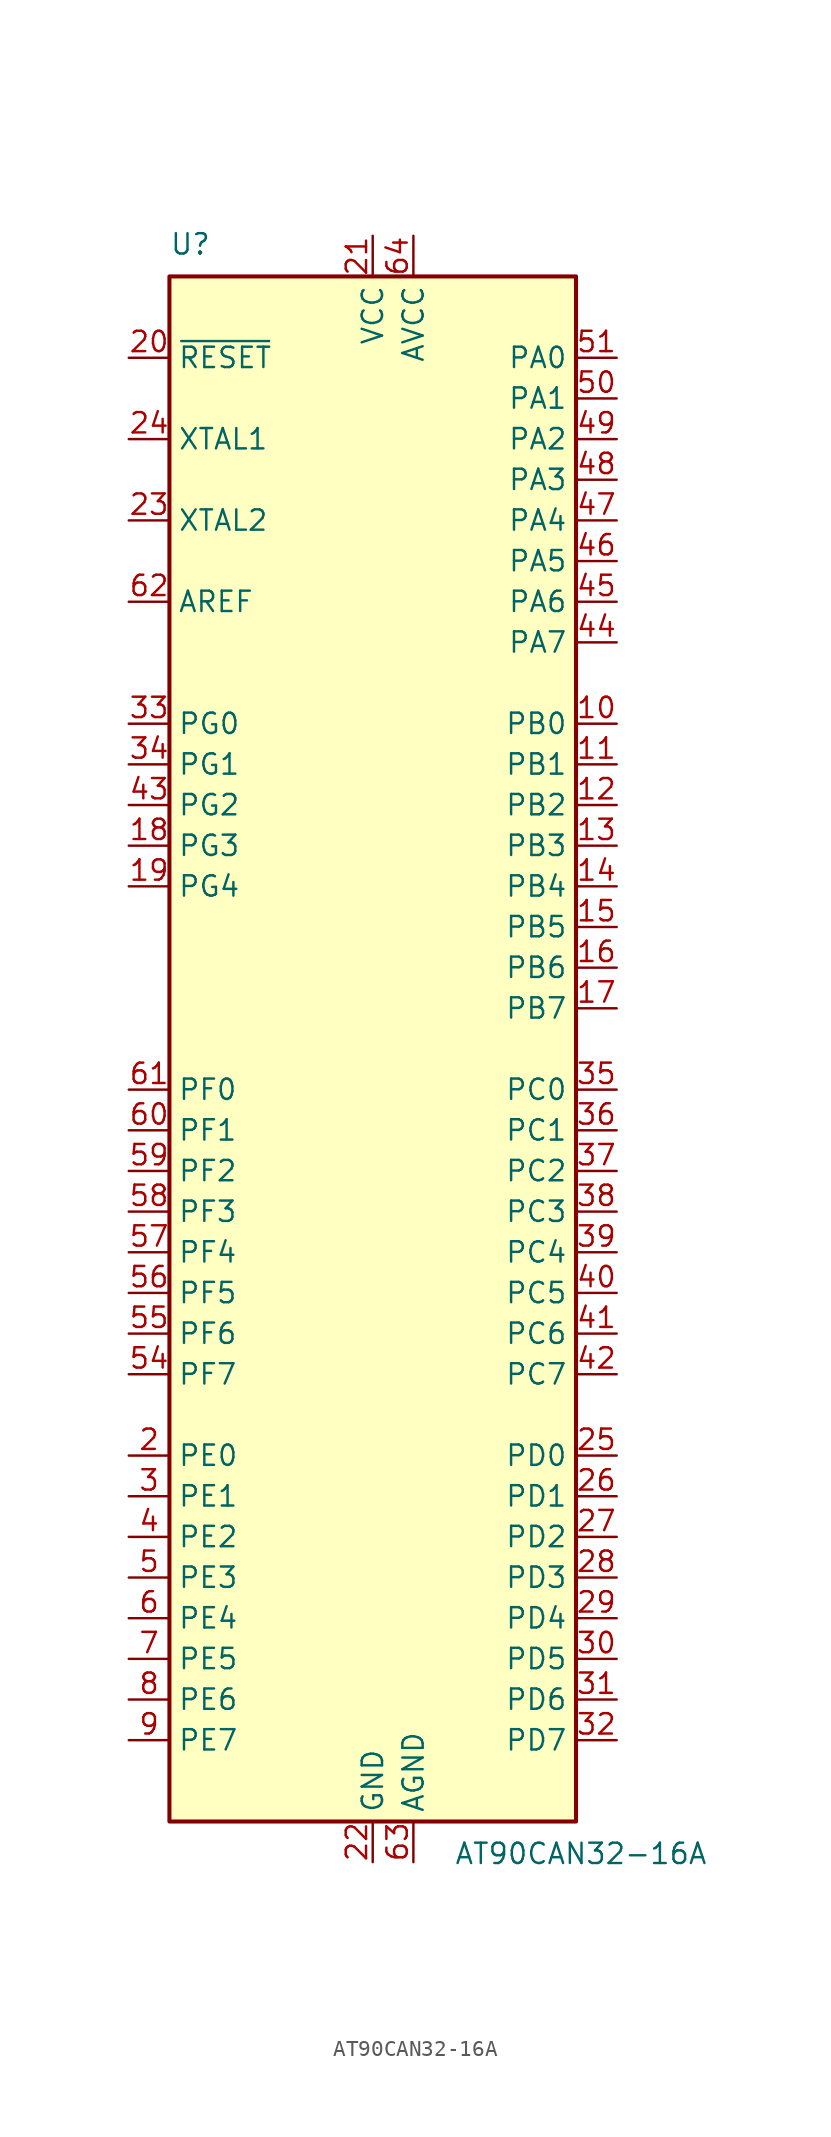
<source format=kicad_sym>
(kicad_symbol_lib
  (version 20241209)
  (generator "kicad_symbol_editor")
  (generator_version "9.0")
  (symbol "AT90CAN32-16A"
    (property "Reference" "U"
      (at -12.7 49.53 0)
      (effects (font (size 1.27 1.27)) (justify left bottom)))
    (property "Value" "AT90CAN32-16A"
      (at 5.08 -49.53 0)
      (effects (font (size 1.27 1.27)) (justify left top)))
    (symbol "AT90CAN32-16A_0_1"
      (rectangle (start -12.7 -48.26) (end 12.7 48.26) (stroke (width 0.254) (type default)) (fill (type background))))
    (symbol "AT90CAN32-16A_1_1"
      (pin input line (at -15.24 43.18 0) (length 2.54) (name "~{RESET}" (effects (font (size 1.27 1.27)))) (number "20" (effects (font (size 1.27 1.27)))))
      (pin input line (at -15.24 38.1 0) (length 2.54) (name "XTAL1" (effects (font (size 1.27 1.27)))) (number "24" (effects (font (size 1.27 1.27)))))
      (pin output line (at -15.24 33.02 0) (length 2.54) (name "XTAL2" (effects (font (size 1.27 1.27)))) (number "23" (effects (font (size 1.27 1.27)))))
      (pin passive line (at -15.24 27.94 0) (length 2.54) (name "AREF" (effects (font (size 1.27 1.27)))) (number "62" (effects (font (size 1.27 1.27)))))
      (pin bidirectional line (at -15.24 20.32 0) (length 2.54) (name "PG0" (effects (font (size 1.27 1.27)))) (number "33" (effects (font (size 1.27 1.27)))))
      (pin bidirectional line (at -15.24 17.78 0) (length 2.54) (name "PG1" (effects (font (size 1.27 1.27)))) (number "34" (effects (font (size 1.27 1.27)))))
      (pin bidirectional line (at -15.24 15.24 0) (length 2.54) (name "PG2" (effects (font (size 1.27 1.27)))) (number "43" (effects (font (size 1.27 1.27)))))
      (pin bidirectional line (at -15.24 12.7 0) (length 2.54) (name "PG3" (effects (font (size 1.27 1.27)))) (number "18" (effects (font (size 1.27 1.27)))))
      (pin bidirectional line (at -15.24 10.16 0) (length 2.54) (name "PG4" (effects (font (size 1.27 1.27)))) (number "19" (effects (font (size 1.27 1.27)))))
      (pin bidirectional line (at -15.24 -2.54 0) (length 2.54) (name "PF0" (effects (font (size 1.27 1.27)))) (number "61" (effects (font (size 1.27 1.27)))))
      (pin bidirectional line (at -15.24 -5.08 0) (length 2.54) (name "PF1" (effects (font (size 1.27 1.27)))) (number "60" (effects (font (size 1.27 1.27)))))
      (pin bidirectional line (at -15.24 -7.62 0) (length 2.54) (name "PF2" (effects (font (size 1.27 1.27)))) (number "59" (effects (font (size 1.27 1.27)))))
      (pin bidirectional line (at -15.24 -10.16 0) (length 2.54) (name "PF3" (effects (font (size 1.27 1.27)))) (number "58" (effects (font (size 1.27 1.27)))))
      (pin bidirectional line (at -15.24 -12.7 0) (length 2.54) (name "PF4" (effects (font (size 1.27 1.27)))) (number "57" (effects (font (size 1.27 1.27)))))
      (pin bidirectional line (at -15.24 -15.24 0) (length 2.54) (name "PF5" (effects (font (size 1.27 1.27)))) (number "56" (effects (font (size 1.27 1.27)))))
      (pin bidirectional line (at -15.24 -17.78 0) (length 2.54) (name "PF6" (effects (font (size 1.27 1.27)))) (number "55" (effects (font (size 1.27 1.27)))))
      (pin bidirectional line (at -15.24 -20.32 0) (length 2.54) (name "PF7" (effects (font (size 1.27 1.27)))) (number "54" (effects (font (size 1.27 1.27)))))
      (pin bidirectional line (at -15.24 -25.4 0) (length 2.54) (name "PE0" (effects (font (size 1.27 1.27)))) (number "2" (effects (font (size 1.27 1.27)))))
      (pin bidirectional line (at -15.24 -27.94 0) (length 2.54) (name "PE1" (effects (font (size 1.27 1.27)))) (number "3" (effects (font (size 1.27 1.27)))))
      (pin bidirectional line (at -15.24 -30.48 0) (length 2.54) (name "PE2" (effects (font (size 1.27 1.27)))) (number "4" (effects (font (size 1.27 1.27)))))
      (pin bidirectional line (at -15.24 -33.02 0) (length 2.54) (name "PE3" (effects (font (size 1.27 1.27)))) (number "5" (effects (font (size 1.27 1.27)))))
      (pin bidirectional line (at -15.24 -35.56 0) (length 2.54) (name "PE4" (effects (font (size 1.27 1.27)))) (number "6" (effects (font (size 1.27 1.27)))))
      (pin bidirectional line (at -15.24 -38.1 0) (length 2.54) (name "PE5" (effects (font (size 1.27 1.27)))) (number "7" (effects (font (size 1.27 1.27)))))
      (pin bidirectional line (at -15.24 -40.64 0) (length 2.54) (name "PE6" (effects (font (size 1.27 1.27)))) (number "8" (effects (font (size 1.27 1.27)))))
      (pin bidirectional line (at -15.24 -43.18 0) (length 2.54) (name "PE7" (effects (font (size 1.27 1.27)))) (number "9" (effects (font (size 1.27 1.27)))))
      (pin no_connect line (at -12.7 -45.72 0) (length 2.54) (hide yes) (name "NC" (effects (font (size 1.27 1.27)))) (number "1" (effects (font (size 1.27 1.27)))))
      (pin power_in line (at 0 50.8 270) (length 2.54) (name "VCC" (effects (font (size 1.27 1.27)))) (number "21" (effects (font (size 1.27 1.27)))))
      (pin passive line (at 0 50.8 270) (length 2.54) (hide yes) (name "VCC" (effects (font (size 1.27 1.27)))) (number "52" (effects (font (size 1.27 1.27)))))
      (pin power_in line (at 0 -50.8 90) (length 2.54) (name "GND" (effects (font (size 1.27 1.27)))) (number "22" (effects (font (size 1.27 1.27)))))
      (pin passive line (at 0 -50.8 90) (length 2.54) (hide yes) (name "GND" (effects (font (size 1.27 1.27)))) (number "53" (effects (font (size 1.27 1.27)))))
      (pin power_in line (at 2.54 50.8 270) (length 2.54) (name "AVCC" (effects (font (size 1.27 1.27)))) (number "64" (effects (font (size 1.27 1.27)))))
      (pin power_in line (at 2.54 -50.8 90) (length 2.54) (name "AGND" (effects (font (size 1.27 1.27)))) (number "63" (effects (font (size 1.27 1.27)))))
      (pin bidirectional line (at 15.24 43.18 180) (length 2.54) (name "PA0" (effects (font (size 1.27 1.27)))) (number "51" (effects (font (size 1.27 1.27)))))
      (pin bidirectional line (at 15.24 40.64 180) (length 2.54) (name "PA1" (effects (font (size 1.27 1.27)))) (number "50" (effects (font (size 1.27 1.27)))))
      (pin bidirectional line (at 15.24 38.1 180) (length 2.54) (name "PA2" (effects (font (size 1.27 1.27)))) (number "49" (effects (font (size 1.27 1.27)))))
      (pin bidirectional line (at 15.24 35.56 180) (length 2.54) (name "PA3" (effects (font (size 1.27 1.27)))) (number "48" (effects (font (size 1.27 1.27)))))
      (pin bidirectional line (at 15.24 33.02 180) (length 2.54) (name "PA4" (effects (font (size 1.27 1.27)))) (number "47" (effects (font (size 1.27 1.27)))))
      (pin bidirectional line (at 15.24 30.48 180) (length 2.54) (name "PA5" (effects (font (size 1.27 1.27)))) (number "46" (effects (font (size 1.27 1.27)))))
      (pin bidirectional line (at 15.24 27.94 180) (length 2.54) (name "PA6" (effects (font (size 1.27 1.27)))) (number "45" (effects (font (size 1.27 1.27)))))
      (pin bidirectional line (at 15.24 25.4 180) (length 2.54) (name "PA7" (effects (font (size 1.27 1.27)))) (number "44" (effects (font (size 1.27 1.27)))))
      (pin bidirectional line (at 15.24 20.32 180) (length 2.54) (name "PB0" (effects (font (size 1.27 1.27)))) (number "10" (effects (font (size 1.27 1.27)))))
      (pin bidirectional line (at 15.24 17.78 180) (length 2.54) (name "PB1" (effects (font (size 1.27 1.27)))) (number "11" (effects (font (size 1.27 1.27)))))
      (pin bidirectional line (at 15.24 15.24 180) (length 2.54) (name "PB2" (effects (font (size 1.27 1.27)))) (number "12" (effects (font (size 1.27 1.27)))))
      (pin bidirectional line (at 15.24 12.7 180) (length 2.54) (name "PB3" (effects (font (size 1.27 1.27)))) (number "13" (effects (font (size 1.27 1.27)))))
      (pin bidirectional line (at 15.24 10.16 180) (length 2.54) (name "PB4" (effects (font (size 1.27 1.27)))) (number "14" (effects (font (size 1.27 1.27)))))
      (pin bidirectional line (at 15.24 7.62 180) (length 2.54) (name "PB5" (effects (font (size 1.27 1.27)))) (number "15" (effects (font (size 1.27 1.27)))))
      (pin bidirectional line (at 15.24 5.08 180) (length 2.54) (name "PB6" (effects (font (size 1.27 1.27)))) (number "16" (effects (font (size 1.27 1.27)))))
      (pin bidirectional line (at 15.24 2.54 180) (length 2.54) (name "PB7" (effects (font (size 1.27 1.27)))) (number "17" (effects (font (size 1.27 1.27)))))
      (pin bidirectional line (at 15.24 -2.54 180) (length 2.54) (name "PC0" (effects (font (size 1.27 1.27)))) (number "35" (effects (font (size 1.27 1.27)))))
      (pin bidirectional line (at 15.24 -5.08 180) (length 2.54) (name "PC1" (effects (font (size 1.27 1.27)))) (number "36" (effects (font (size 1.27 1.27)))))
      (pin bidirectional line (at 15.24 -7.62 180) (length 2.54) (name "PC2" (effects (font (size 1.27 1.27)))) (number "37" (effects (font (size 1.27 1.27)))))
      (pin bidirectional line (at 15.24 -10.16 180) (length 2.54) (name "PC3" (effects (font (size 1.27 1.27)))) (number "38" (effects (font (size 1.27 1.27)))))
      (pin bidirectional line (at 15.24 -12.7 180) (length 2.54) (name "PC4" (effects (font (size 1.27 1.27)))) (number "39" (effects (font (size 1.27 1.27)))))
      (pin bidirectional line (at 15.24 -15.24 180) (length 2.54) (name "PC5" (effects (font (size 1.27 1.27)))) (number "40" (effects (font (size 1.27 1.27)))))
      (pin bidirectional line (at 15.24 -17.78 180) (length 2.54) (name "PC6" (effects (font (size 1.27 1.27)))) (number "41" (effects (font (size 1.27 1.27)))))
      (pin bidirectional line (at 15.24 -20.32 180) (length 2.54) (name "PC7" (effects (font (size 1.27 1.27)))) (number "42" (effects (font (size 1.27 1.27)))))
      (pin bidirectional line (at 15.24 -25.4 180) (length 2.54) (name "PD0" (effects (font (size 1.27 1.27)))) (number "25" (effects (font (size 1.27 1.27)))))
      (pin bidirectional line (at 15.24 -27.94 180) (length 2.54) (name "PD1" (effects (font (size 1.27 1.27)))) (number "26" (effects (font (size 1.27 1.27)))))
      (pin bidirectional line (at 15.24 -30.48 180) (length 2.54) (name "PD2" (effects (font (size 1.27 1.27)))) (number "27" (effects (font (size 1.27 1.27)))))
      (pin bidirectional line (at 15.24 -33.02 180) (length 2.54) (name "PD3" (effects (font (size 1.27 1.27)))) (number "28" (effects (font (size 1.27 1.27)))))
      (pin bidirectional line (at 15.24 -35.56 180) (length 2.54) (name "PD4" (effects (font (size 1.27 1.27)))) (number "29" (effects (font (size 1.27 1.27)))))
      (pin bidirectional line (at 15.24 -38.1 180) (length 2.54) (name "PD5" (effects (font (size 1.27 1.27)))) (number "30" (effects (font (size 1.27 1.27)))))
      (pin bidirectional line (at 15.24 -40.64 180) (length 2.54) (name "PD6" (effects (font (size 1.27 1.27)))) (number "31" (effects (font (size 1.27 1.27)))))
      (pin bidirectional line (at 15.24 -43.18 180) (length 2.54) (name "PD7" (effects (font (size 1.27 1.27)))) (number "32" (effects (font (size 1.27 1.27))))))))
</source>
